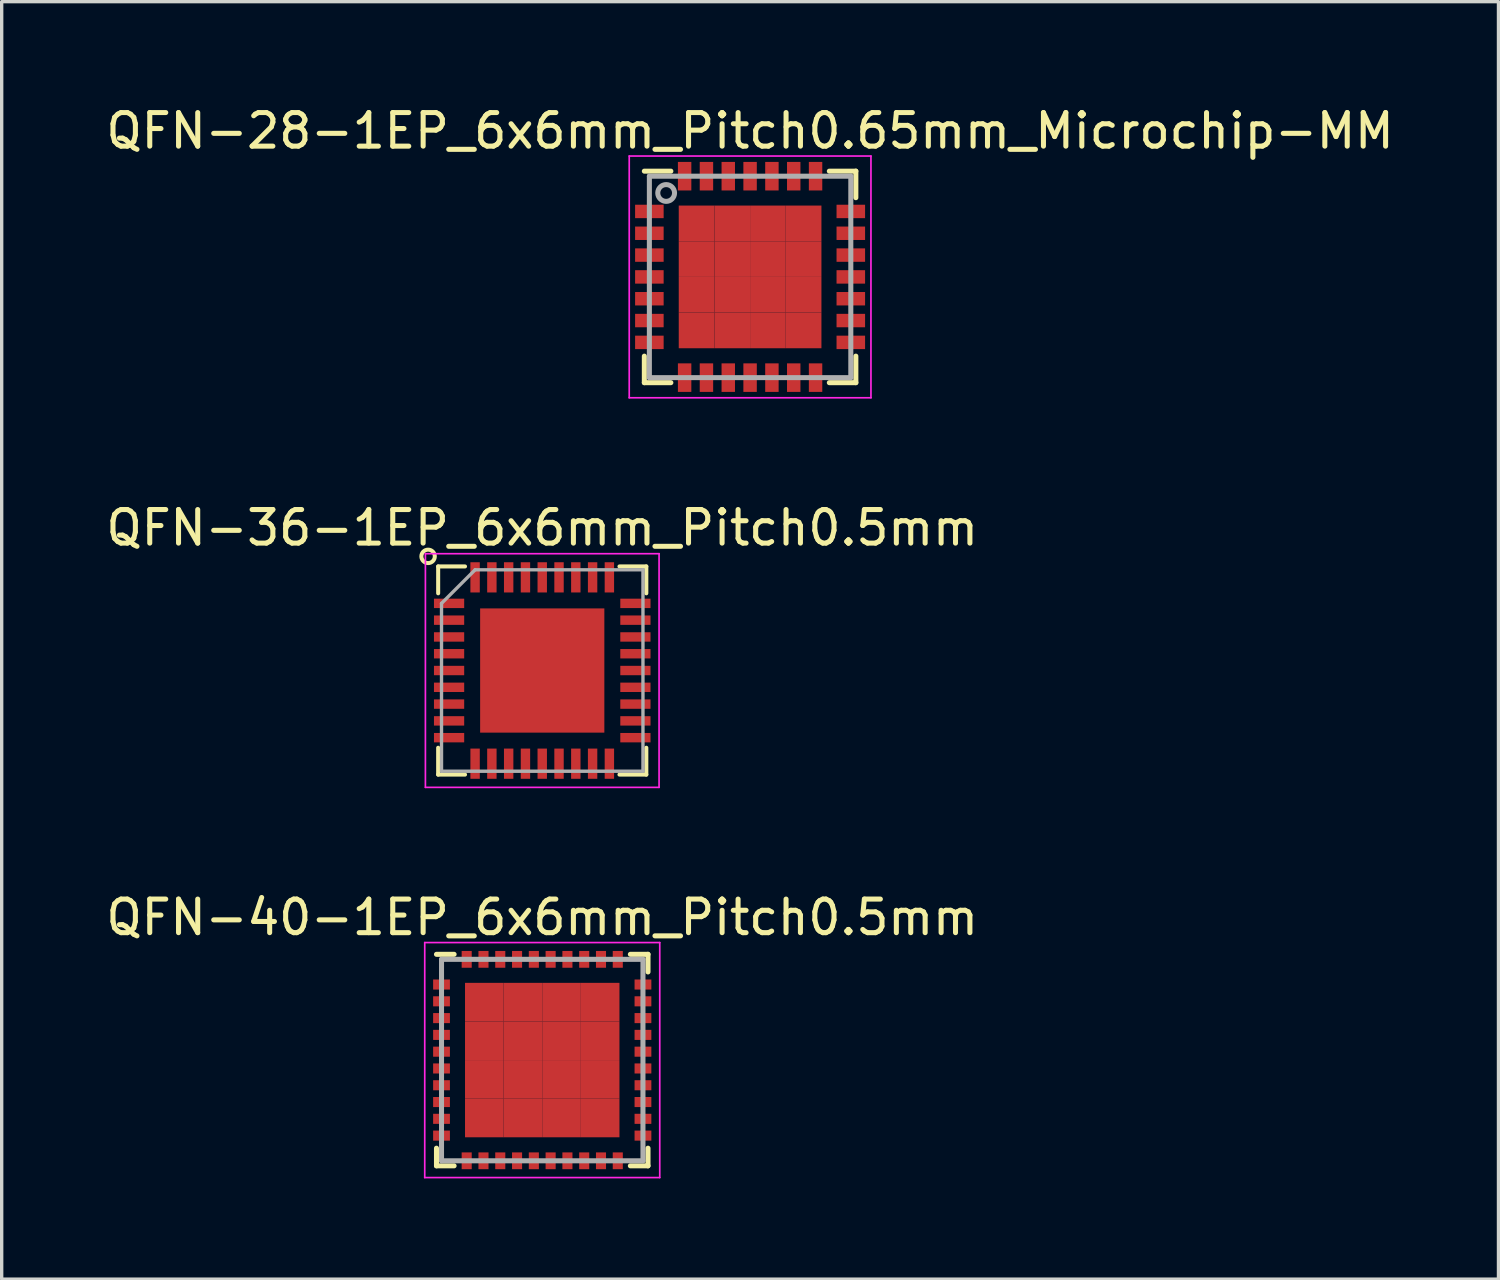
<source format=kicad_pcb>
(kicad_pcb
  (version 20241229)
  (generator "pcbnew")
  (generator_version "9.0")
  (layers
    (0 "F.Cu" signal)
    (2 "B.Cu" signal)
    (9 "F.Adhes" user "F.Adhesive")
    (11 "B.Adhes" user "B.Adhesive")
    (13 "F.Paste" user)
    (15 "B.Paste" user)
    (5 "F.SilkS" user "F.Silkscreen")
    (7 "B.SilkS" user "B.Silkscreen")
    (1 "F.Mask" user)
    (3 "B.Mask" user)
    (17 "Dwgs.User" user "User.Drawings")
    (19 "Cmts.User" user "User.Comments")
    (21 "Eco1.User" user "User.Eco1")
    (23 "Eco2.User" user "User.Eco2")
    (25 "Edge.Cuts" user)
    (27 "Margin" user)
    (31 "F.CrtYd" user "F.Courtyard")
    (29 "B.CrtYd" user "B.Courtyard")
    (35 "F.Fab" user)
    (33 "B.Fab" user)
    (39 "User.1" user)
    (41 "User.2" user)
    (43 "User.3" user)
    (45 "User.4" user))
  (footprint "QFN-28-1EP_6x6mm_Pitch0.65mm_Microchip-MM"
    (layer "F.Cu")
    (at 19.292 5.198)
    (property "Reference" "QFN-28-1EP_6x6mm_Pitch0.65mm_Microchip-MM" (at 0 -4.35 0) (layer "F.SilkS") (effects (font (size 1 1) (thickness 0.15))))
    (attr smd)
    (fp_line (start -3.15 -3.15) (end -2.36 -3.15) (stroke (width 0.15) (type solid)) (layer "F.SilkS"))
    (fp_line (start -3.15 3.15) (end -3.15 2.36) (stroke (width 0.15) (type solid)) (layer "F.SilkS"))
    (fp_line (start -3.15 3.15) (end -2.36 3.15) (stroke (width 0.15) (type solid)) (layer "F.SilkS"))
    (fp_line (start 3.15 -3.15) (end 2.36 -3.15) (stroke (width 0.15) (type solid)) (layer "F.SilkS"))
    (fp_line (start 3.15 -3.15) (end 3.15 -2.36) (stroke (width 0.15) (type solid)) (layer "F.SilkS"))
    (fp_line (start 3.15 3.15) (end 2.36 3.15) (stroke (width 0.15) (type solid)) (layer "F.SilkS"))
    (fp_line (start 3.15 3.15) (end 3.15 2.36) (stroke (width 0.15) (type solid)) (layer "F.SilkS"))
    (fp_line (start -3.6 -3.6) (end -3.6 3.6) (stroke (width 0.05) (type solid)) (layer "F.CrtYd"))
    (fp_line (start -3.6 -3.6) (end 3.6 -3.6) (stroke (width 0.05) (type solid)) (layer "F.CrtYd"))
    (fp_line (start -3.6 3.6) (end 3.6 3.6) (stroke (width 0.05) (type solid)) (layer "F.CrtYd"))
    (fp_line (start 3.6 -3.6) (end 3.6 3.6) (stroke (width 0.05) (type solid)) (layer "F.CrtYd"))
    (fp_line (start -3 -3) (end 3 -3) (stroke (width 0.15) (type solid)) (layer "F.Fab"))
    (fp_line (start -3 3) (end -3 -3) (stroke (width 0.15) (type solid)) (layer "F.Fab"))
    (fp_line (start 3 -3) (end 3 3) (stroke (width 0.15) (type solid)) (layer "F.Fab"))
    (fp_line (start 3 3) (end -3 3) (stroke (width 0.15) (type solid)) (layer "F.Fab"))
    (fp_circle (center -2.5 -2.5) (end -2.75 -2.5) (stroke (width 0.15) (type solid)) (fill no) (layer "F.Fab"))
    (pad "1" smd rect (at -3 -1.95) (size 0.85 0.4) (layers "F.Cu" "F.Mask" "F.Paste"))
    (pad "2" smd rect (at -3 -1.3) (size 0.85 0.4) (layers "F.Cu" "F.Mask" "F.Paste"))
    (pad "3" smd rect (at -3 -0.65) (size 0.85 0.4) (layers "F.Cu" "F.Mask" "F.Paste"))
    (pad "4" smd rect (at -3 0) (size 0.85 0.4) (layers "F.Cu" "F.Mask" "F.Paste"))
    (pad "5" smd rect (at -3 0.65) (size 0.85 0.4) (layers "F.Cu" "F.Mask" "F.Paste"))
    (pad "6" smd rect (at -3 1.3) (size 0.85 0.4) (layers "F.Cu" "F.Mask" "F.Paste"))
    (pad "7" smd rect (at -3 1.95) (size 0.85 0.4) (layers "F.Cu" "F.Mask" "F.Paste"))
    (pad "8" smd rect (at -1.95 3 90) (size 0.85 0.4) (layers "F.Cu" "F.Mask" "F.Paste"))
    (pad "9" smd rect (at -1.3 3 90) (size 0.85 0.4) (layers "F.Cu" "F.Mask" "F.Paste"))
    (pad "10" smd rect (at -0.65 3 90) (size 0.85 0.4) (layers "F.Cu" "F.Mask" "F.Paste"))
    (pad "11" smd rect (at 0 3 90) (size 0.85 0.4) (layers "F.Cu" "F.Mask" "F.Paste"))
    (pad "12" smd rect (at 0.65 3 90) (size 0.85 0.4) (layers "F.Cu" "F.Mask" "F.Paste"))
    (pad "13" smd rect (at 1.3 3 90) (size 0.85 0.4) (layers "F.Cu" "F.Mask" "F.Paste"))
    (pad "14" smd rect (at 1.95 3 90) (size 0.85 0.4) (layers "F.Cu" "F.Mask" "F.Paste"))
    (pad "15" smd rect (at 3 1.95) (size 0.85 0.4) (layers "F.Cu" "F.Mask" "F.Paste"))
    (pad "16" smd rect (at 3 1.3) (size 0.85 0.4) (layers "F.Cu" "F.Mask" "F.Paste"))
    (pad "17" smd rect (at 3 0.65) (size 0.85 0.4) (layers "F.Cu" "F.Mask" "F.Paste"))
    (pad "18" smd rect (at 3 0) (size 0.85 0.4) (layers "F.Cu" "F.Mask" "F.Paste"))
    (pad "19" smd rect (at 3 -0.65) (size 0.85 0.4) (layers "F.Cu" "F.Mask" "F.Paste"))
    (pad "20" smd rect (at 3 -1.3) (size 0.85 0.4) (layers "F.Cu" "F.Mask" "F.Paste"))
    (pad "21" smd rect (at 3 -1.95) (size 0.85 0.4) (layers "F.Cu" "F.Mask" "F.Paste"))
    (pad "22" smd rect (at 1.95 -3 90) (size 0.85 0.4) (layers "F.Cu" "F.Mask" "F.Paste"))
    (pad "23" smd rect (at 1.3 -3 90) (size 0.85 0.4) (layers "F.Cu" "F.Mask" "F.Paste"))
    (pad "24" smd rect (at 0.65 -3 90) (size 0.85 0.4) (layers "F.Cu" "F.Mask" "F.Paste"))
    (pad "25" smd rect (at 0 -3 90) (size 0.85 0.4) (layers "F.Cu" "F.Mask" "F.Paste"))
    (pad "26" smd rect (at -0.65 -3 90) (size 0.85 0.4) (layers "F.Cu" "F.Mask" "F.Paste"))
    (pad "27" smd rect (at -1.3 -3 90) (size 0.85 0.4) (layers "F.Cu" "F.Mask" "F.Paste"))
    (pad "28" smd rect (at -1.95 -3 90) (size 0.85 0.4) (layers "F.Cu" "F.Mask" "F.Paste"))
    (pad "29" smd rect (at -1.594 -1.594) (size 1.062 1.062) (layers "F.Cu" "F.Mask" "F.Paste"))
    (pad "29" smd rect (at -1.594 -0.531) (size 1.062 1.062) (layers "F.Cu" "F.Mask" "F.Paste"))
    (pad "29" smd rect (at -1.594 0.531) (size 1.062 1.062) (layers "F.Cu" "F.Mask" "F.Paste"))
    (pad "29" smd rect (at -1.594 1.594) (size 1.062 1.062) (layers "F.Cu" "F.Mask" "F.Paste"))
    (pad "29" smd rect (at -0.531 -1.594) (size 1.062 1.062) (layers "F.Cu" "F.Mask" "F.Paste"))
    (pad "29" smd rect (at -0.531 -0.531) (size 1.062 1.062) (layers "F.Cu" "F.Mask" "F.Paste"))
    (pad "29" smd rect (at -0.531 0.531) (size 1.062 1.062) (layers "F.Cu" "F.Mask" "F.Paste"))
    (pad "29" smd rect (at -0.531 1.594) (size 1.062 1.062) (layers "F.Cu" "F.Mask" "F.Paste"))
    (pad "29" smd rect (at 0.531 -1.594) (size 1.062 1.062) (layers "F.Cu" "F.Mask" "F.Paste"))
    (pad "29" smd rect (at 0.531 -0.531) (size 1.062 1.062) (layers "F.Cu" "F.Mask" "F.Paste"))
    (pad "29" smd rect (at 0.531 0.531) (size 1.062 1.062) (layers "F.Cu" "F.Mask" "F.Paste"))
    (pad "29" smd rect (at 0.531 1.594) (size 1.062 1.062) (layers "F.Cu" "F.Mask" "F.Paste"))
    (pad "29" smd rect (at 1.594 -1.594) (size 1.062 1.062) (layers "F.Cu" "F.Mask" "F.Paste"))
    (pad "29" smd rect (at 1.594 -0.531) (size 1.062 1.062) (layers "F.Cu" "F.Mask" "F.Paste"))
    (pad "29" smd rect (at 1.594 0.531) (size 1.062 1.062) (layers "F.Cu" "F.Mask" "F.Paste"))
    (pad "29" smd rect (at 1.594 1.594) (size 1.062 1.062) (layers "F.Cu" "F.Mask" "F.Paste")))
  (footprint "QFN-36-1EP_6x6mm_Pitch0.5mm"
    (layer "F.Cu")
    (at 13.101 16.922)
    (property "Reference" "QFN-36-1EP_6x6mm_Pitch0.5mm" (at 0 -4.25 0) (layer "F.SilkS") (effects (font (size 1 1) (thickness 0.15))))
    (attr smd)
    (fp_line (start -3.1 -3.1) (end -3.1 -2.3) (stroke (width 0.12) (type solid)) (layer "F.SilkS"))
    (fp_line (start -3.1 3.1) (end -3.1 2.3) (stroke (width 0.12) (type solid)) (layer "F.SilkS"))
    (fp_line (start -3.1 3.1) (end -2.3 3.1) (stroke (width 0.12) (type solid)) (layer "F.SilkS"))
    (fp_line (start -2.3 -3.1) (end -3.1 -3.1) (stroke (width 0.12) (type solid)) (layer "F.SilkS"))
    (fp_line (start 3.1 -3.1) (end 2.3 -3.1) (stroke (width 0.12) (type solid)) (layer "F.SilkS"))
    (fp_line (start 3.1 -3.1) (end 3.1 -2.3) (stroke (width 0.12) (type solid)) (layer "F.SilkS"))
    (fp_line (start 3.1 3.1) (end 2.3 3.1) (stroke (width 0.12) (type solid)) (layer "F.SilkS"))
    (fp_line (start 3.1 3.1) (end 3.1 2.3) (stroke (width 0.12) (type solid)) (layer "F.SilkS"))
    (fp_circle (center -3.4 -3.4) (end -3.2 -3.4) (stroke (width 0.12) (type solid)) (fill no) (layer "F.SilkS"))
    (fp_line (start -3.48 -3.48) (end -3.48 3.48) (stroke (width 0.05) (type solid)) (layer "F.CrtYd"))
    (fp_line (start -3.48 -3.48) (end 3.48 -3.48) (stroke (width 0.05) (type solid)) (layer "F.CrtYd"))
    (fp_line (start -3.48 3.48) (end 3.48 3.48) (stroke (width 0.05) (type solid)) (layer "F.CrtYd"))
    (fp_line (start 3.48 -3.48) (end 3.48 3.48) (stroke (width 0.05) (type solid)) (layer "F.CrtYd"))
    (fp_line (start -3 -2) (end -2 -3) (stroke (width 0.1) (type solid)) (layer "F.Fab"))
    (fp_line (start -3 3) (end -3 -2) (stroke (width 0.1) (type solid)) (layer "F.Fab"))
    (fp_line (start -2 -3) (end 3 -3) (stroke (width 0.1) (type solid)) (layer "F.Fab"))
    (fp_line (start 3 -3) (end 3 3) (stroke (width 0.1) (type solid)) (layer "F.Fab"))
    (fp_line (start 3 3) (end -3 3) (stroke (width 0.1) (type solid)) (layer "F.Fab"))
    (pad "1" smd rect (at -2.775 -2) (size 0.9 0.28) (layers "F.Cu" "F.Mask" "F.Paste"))
    (pad "2" smd rect (at -2.775 -1.5) (size 0.9 0.28) (layers "F.Cu" "F.Mask" "F.Paste"))
    (pad "3" smd rect (at -2.775 -1) (size 0.9 0.28) (layers "F.Cu" "F.Mask" "F.Paste"))
    (pad "4" smd rect (at -2.775 -0.5) (size 0.9 0.28) (layers "F.Cu" "F.Mask" "F.Paste"))
    (pad "5" smd rect (at -2.775 0) (size 0.9 0.28) (layers "F.Cu" "F.Mask" "F.Paste"))
    (pad "6" smd rect (at -2.775 0.5) (size 0.9 0.28) (layers "F.Cu" "F.Mask" "F.Paste"))
    (pad "7" smd rect (at -2.775 1) (size 0.9 0.28) (layers "F.Cu" "F.Mask" "F.Paste"))
    (pad "8" smd rect (at -2.775 1.5) (size 0.9 0.28) (layers "F.Cu" "F.Mask" "F.Paste"))
    (pad "9" smd rect (at -2.775 2) (size 0.9 0.28) (layers "F.Cu" "F.Mask" "F.Paste"))
    (pad "10" smd rect (at -2 2.775 90) (size 0.9 0.28) (layers "F.Cu" "F.Mask" "F.Paste"))
    (pad "11" smd rect (at -1.5 2.775 90) (size 0.9 0.28) (layers "F.Cu" "F.Mask" "F.Paste"))
    (pad "12" smd rect (at -1 2.775 90) (size 0.9 0.28) (layers "F.Cu" "F.Mask" "F.Paste"))
    (pad "13" smd rect (at -0.5 2.775 90) (size 0.9 0.28) (layers "F.Cu" "F.Mask" "F.Paste"))
    (pad "14" smd rect (at 0 2.775 90) (size 0.9 0.28) (layers "F.Cu" "F.Mask" "F.Paste"))
    (pad "15" smd rect (at 0.5 2.775 90) (size 0.9 0.28) (layers "F.Cu" "F.Mask" "F.Paste"))
    (pad "16" smd rect (at 1 2.775 90) (size 0.9 0.28) (layers "F.Cu" "F.Mask" "F.Paste"))
    (pad "17" smd rect (at 1.5 2.775 90) (size 0.9 0.28) (layers "F.Cu" "F.Mask" "F.Paste"))
    (pad "18" smd rect (at 2 2.775 90) (size 0.9 0.28) (layers "F.Cu" "F.Mask" "F.Paste"))
    (pad "19" smd rect (at 2.775 2) (size 0.9 0.28) (layers "F.Cu" "F.Mask" "F.Paste"))
    (pad "20" smd rect (at 2.775 1.5) (size 0.9 0.28) (layers "F.Cu" "F.Mask" "F.Paste"))
    (pad "21" smd rect (at 2.775 1) (size 0.9 0.28) (layers "F.Cu" "F.Mask" "F.Paste"))
    (pad "22" smd rect (at 2.775 0.5) (size 0.9 0.28) (layers "F.Cu" "F.Mask" "F.Paste"))
    (pad "23" smd rect (at 2.775 0) (size 0.9 0.28) (layers "F.Cu" "F.Mask" "F.Paste"))
    (pad "24" smd rect (at 2.775 -0.5) (size 0.9 0.28) (layers "F.Cu" "F.Mask" "F.Paste"))
    (pad "25" smd rect (at 2.775 -1) (size 0.9 0.28) (layers "F.Cu" "F.Mask" "F.Paste"))
    (pad "26" smd rect (at 2.775 -1.5) (size 0.9 0.28) (layers "F.Cu" "F.Mask" "F.Paste"))
    (pad "27" smd rect (at 2.775 -2) (size 0.9 0.28) (layers "F.Cu" "F.Mask" "F.Paste"))
    (pad "28" smd rect (at 2 -2.775 90) (size 0.9 0.28) (layers "F.Cu" "F.Mask" "F.Paste"))
    (pad "29" smd rect (at 1.5 -2.775 90) (size 0.9 0.28) (layers "F.Cu" "F.Mask" "F.Paste"))
    (pad "30" smd rect (at 1 -2.775 90) (size 0.9 0.28) (layers "F.Cu" "F.Mask" "F.Paste"))
    (pad "31" smd rect (at 0.5 -2.775 90) (size 0.9 0.28) (layers "F.Cu" "F.Mask" "F.Paste"))
    (pad "32" smd rect (at 0 -2.775 90) (size 0.9 0.28) (layers "F.Cu" "F.Mask" "F.Paste"))
    (pad "33" smd rect (at -0.5 -2.775 90) (size 0.9 0.28) (layers "F.Cu" "F.Mask" "F.Paste"))
    (pad "34" smd rect (at -1 -2.775 90) (size 0.9 0.28) (layers "F.Cu" "F.Mask" "F.Paste"))
    (pad "35" smd rect (at -1.5 -2.775 90) (size 0.9 0.28) (layers "F.Cu" "F.Mask" "F.Paste"))
    (pad "36" smd rect (at -2 -2.775 90) (size 0.9 0.28) (layers "F.Cu" "F.Mask" "F.Paste"))
    (pad "37" smd rect (at 0 0) (size 3.7 3.7) (layers "F.Cu" "F.Mask" "F.Paste")))
  (footprint "QFN-40-1EP_6x6mm_Pitch0.5mm"
    (layer "F.Cu")
    (at 13.101 28.525)
    (property "Reference" "QFN-40-1EP_6x6mm_Pitch0.5mm" (at 0 -4.25 0) (layer "F.SilkS") (effects (font (size 1 1) (thickness 0.15))))
    (attr smd)
    (fp_line (start -3.15 -3.15) (end -2.625 -3.15) (stroke (width 0.15) (type solid)) (layer "F.SilkS"))
    (fp_line (start -3.15 3.15) (end -3.15 2.625) (stroke (width 0.15) (type solid)) (layer "F.SilkS"))
    (fp_line (start -3.15 3.15) (end -2.625 3.15) (stroke (width 0.15) (type solid)) (layer "F.SilkS"))
    (fp_line (start 3.15 -3.15) (end 2.625 -3.15) (stroke (width 0.15) (type solid)) (layer "F.SilkS"))
    (fp_line (start 3.15 -3.15) (end 3.15 -2.625) (stroke (width 0.15) (type solid)) (layer "F.SilkS"))
    (fp_line (start 3.15 3.15) (end 2.625 3.15) (stroke (width 0.15) (type solid)) (layer "F.SilkS"))
    (fp_line (start 3.15 3.15) (end 3.15 2.625) (stroke (width 0.15) (type solid)) (layer "F.SilkS"))
    (fp_line (start -3.5 -3.5) (end -3.5 3.5) (stroke (width 0.05) (type solid)) (layer "F.CrtYd"))
    (fp_line (start -3.5 -3.5) (end 3.5 -3.5) (stroke (width 0.05) (type solid)) (layer "F.CrtYd"))
    (fp_line (start -3.5 3.5) (end 3.5 3.5) (stroke (width 0.05) (type solid)) (layer "F.CrtYd"))
    (fp_line (start 3.5 -3.5) (end 3.5 3.5) (stroke (width 0.05) (type solid)) (layer "F.CrtYd"))
    (fp_line (start -3 -3) (end 3 -3) (stroke (width 0.15) (type solid)) (layer "F.Fab"))
    (fp_line (start -3 3) (end -3 -3) (stroke (width 0.15) (type solid)) (layer "F.Fab"))
    (fp_line (start 3 -3) (end 3 3) (stroke (width 0.15) (type solid)) (layer "F.Fab"))
    (fp_line (start 3 3) (end -3 3) (stroke (width 0.15) (type solid)) (layer "F.Fab"))
    (pad "1" smd rect (at -3 -2.25) (size 0.5 0.3) (layers "F.Cu" "F.Mask" "F.Paste"))
    (pad "2" smd rect (at -3 -1.75) (size 0.5 0.3) (layers "F.Cu" "F.Mask" "F.Paste"))
    (pad "3" smd rect (at -3 -1.25) (size 0.5 0.3) (layers "F.Cu" "F.Mask" "F.Paste"))
    (pad "4" smd rect (at -3 -0.75) (size 0.5 0.3) (layers "F.Cu" "F.Mask" "F.Paste"))
    (pad "5" smd rect (at -3 -0.25) (size 0.5 0.3) (layers "F.Cu" "F.Mask" "F.Paste"))
    (pad "6" smd rect (at -3 0.25) (size 0.5 0.3) (layers "F.Cu" "F.Mask" "F.Paste"))
    (pad "7" smd rect (at -3 0.75) (size 0.5 0.3) (layers "F.Cu" "F.Mask" "F.Paste"))
    (pad "8" smd rect (at -3 1.25) (size 0.5 0.3) (layers "F.Cu" "F.Mask" "F.Paste"))
    (pad "9" smd rect (at -3 1.75) (size 0.5 0.3) (layers "F.Cu" "F.Mask" "F.Paste"))
    (pad "10" smd rect (at -3 2.25) (size 0.5 0.3) (layers "F.Cu" "F.Mask" "F.Paste"))
    (pad "11" smd rect (at -2.25 3 90) (size 0.5 0.3) (layers "F.Cu" "F.Mask" "F.Paste"))
    (pad "12" smd rect (at -1.75 3 90) (size 0.5 0.3) (layers "F.Cu" "F.Mask" "F.Paste"))
    (pad "13" smd rect (at -1.25 3 90) (size 0.5 0.3) (layers "F.Cu" "F.Mask" "F.Paste"))
    (pad "14" smd rect (at -0.75 3 90) (size 0.5 0.3) (layers "F.Cu" "F.Mask" "F.Paste"))
    (pad "15" smd rect (at -0.25 3 90) (size 0.5 0.3) (layers "F.Cu" "F.Mask" "F.Paste"))
    (pad "16" smd rect (at 0.25 3 90) (size 0.5 0.3) (layers "F.Cu" "F.Mask" "F.Paste"))
    (pad "17" smd rect (at 0.75 3 90) (size 0.5 0.3) (layers "F.Cu" "F.Mask" "F.Paste"))
    (pad "18" smd rect (at 1.25 3 90) (size 0.5 0.3) (layers "F.Cu" "F.Mask" "F.Paste"))
    (pad "19" smd rect (at 1.75 3 90) (size 0.5 0.3) (layers "F.Cu" "F.Mask" "F.Paste"))
    (pad "20" smd rect (at 2.25 3 90) (size 0.5 0.3) (layers "F.Cu" "F.Mask" "F.Paste"))
    (pad "21" smd rect (at 3 2.25) (size 0.5 0.3) (layers "F.Cu" "F.Mask" "F.Paste"))
    (pad "22" smd rect (at 3 1.75) (size 0.5 0.3) (layers "F.Cu" "F.Mask" "F.Paste"))
    (pad "23" smd rect (at 3 1.25) (size 0.5 0.3) (layers "F.Cu" "F.Mask" "F.Paste"))
    (pad "24" smd rect (at 3 0.75) (size 0.5 0.3) (layers "F.Cu" "F.Mask" "F.Paste"))
    (pad "25" smd rect (at 3 0.25) (size 0.5 0.3) (layers "F.Cu" "F.Mask" "F.Paste"))
    (pad "26" smd rect (at 3 -0.25) (size 0.5 0.3) (layers "F.Cu" "F.Mask" "F.Paste"))
    (pad "27" smd rect (at 3 -0.75) (size 0.5 0.3) (layers "F.Cu" "F.Mask" "F.Paste"))
    (pad "28" smd rect (at 3 -1.25) (size 0.5 0.3) (layers "F.Cu" "F.Mask" "F.Paste"))
    (pad "29" smd rect (at 3 -1.75) (size 0.5 0.3) (layers "F.Cu" "F.Mask" "F.Paste"))
    (pad "30" smd rect (at 3 -2.25) (size 0.5 0.3) (layers "F.Cu" "F.Mask" "F.Paste"))
    (pad "31" smd rect (at 2.25 -3 90) (size 0.5 0.3) (layers "F.Cu" "F.Mask" "F.Paste"))
    (pad "32" smd rect (at 1.75 -3 90) (size 0.5 0.3) (layers "F.Cu" "F.Mask" "F.Paste"))
    (pad "33" smd rect (at 1.25 -3 90) (size 0.5 0.3) (layers "F.Cu" "F.Mask" "F.Paste"))
    (pad "34" smd rect (at 0.75 -3 90) (size 0.5 0.3) (layers "F.Cu" "F.Mask" "F.Paste"))
    (pad "35" smd rect (at 0.25 -3 90) (size 0.5 0.3) (layers "F.Cu" "F.Mask" "F.Paste"))
    (pad "36" smd rect (at -0.25 -3 90) (size 0.5 0.3) (layers "F.Cu" "F.Mask" "F.Paste"))
    (pad "37" smd rect (at -0.75 -3 90) (size 0.5 0.3) (layers "F.Cu" "F.Mask" "F.Paste"))
    (pad "38" smd rect (at -1.25 -3 90) (size 0.5 0.3) (layers "F.Cu" "F.Mask" "F.Paste"))
    (pad "39" smd rect (at -1.75 -3 90) (size 0.5 0.3) (layers "F.Cu" "F.Mask" "F.Paste"))
    (pad "40" smd rect (at -2.25 -3 90) (size 0.5 0.3) (layers "F.Cu" "F.Mask" "F.Paste"))
    (pad "41" smd rect (at -1.725 -1.725) (size 1.15 1.15) (layers "F.Cu" "F.Mask" "F.Paste"))
    (pad "41" smd rect (at -1.725 -0.575) (size 1.15 1.15) (layers "F.Cu" "F.Mask" "F.Paste"))
    (pad "41" smd rect (at -1.725 0.575) (size 1.15 1.15) (layers "F.Cu" "F.Mask" "F.Paste"))
    (pad "41" smd rect (at -1.725 1.725) (size 1.15 1.15) (layers "F.Cu" "F.Mask" "F.Paste"))
    (pad "41" smd rect (at -0.575 -1.725) (size 1.15 1.15) (layers "F.Cu" "F.Mask" "F.Paste"))
    (pad "41" smd rect (at -0.575 -0.575) (size 1.15 1.15) (layers "F.Cu" "F.Mask" "F.Paste"))
    (pad "41" smd rect (at -0.575 0.575) (size 1.15 1.15) (layers "F.Cu" "F.Mask" "F.Paste"))
    (pad "41" smd rect (at -0.575 1.725) (size 1.15 1.15) (layers "F.Cu" "F.Mask" "F.Paste"))
    (pad "41" smd rect (at 0.575 -1.725) (size 1.15 1.15) (layers "F.Cu" "F.Mask" "F.Paste"))
    (pad "41" smd rect (at 0.575 -0.575) (size 1.15 1.15) (layers "F.Cu" "F.Mask" "F.Paste"))
    (pad "41" smd rect (at 0.575 0.575) (size 1.15 1.15) (layers "F.Cu" "F.Mask" "F.Paste"))
    (pad "41" smd rect (at 0.575 1.725) (size 1.15 1.15) (layers "F.Cu" "F.Mask" "F.Paste"))
    (pad "41" smd rect (at 1.725 -1.725) (size 1.15 1.15) (layers "F.Cu" "F.Mask" "F.Paste"))
    (pad "41" smd rect (at 1.725 -0.575) (size 1.15 1.15) (layers "F.Cu" "F.Mask" "F.Paste"))
    (pad "41" smd rect (at 1.725 0.575) (size 1.15 1.15) (layers "F.Cu" "F.Mask" "F.Paste"))
    (pad "41" smd rect (at 1.725 1.725) (size 1.15 1.15) (layers "F.Cu" "F.Mask" "F.Paste")))
  (gr_rect
    (start -3 -3)
    (end 41.583 35.05)
    (stroke (width 0.1) (type default))
    (fill no)
    (layer "Edge.Cuts")))
</source>
